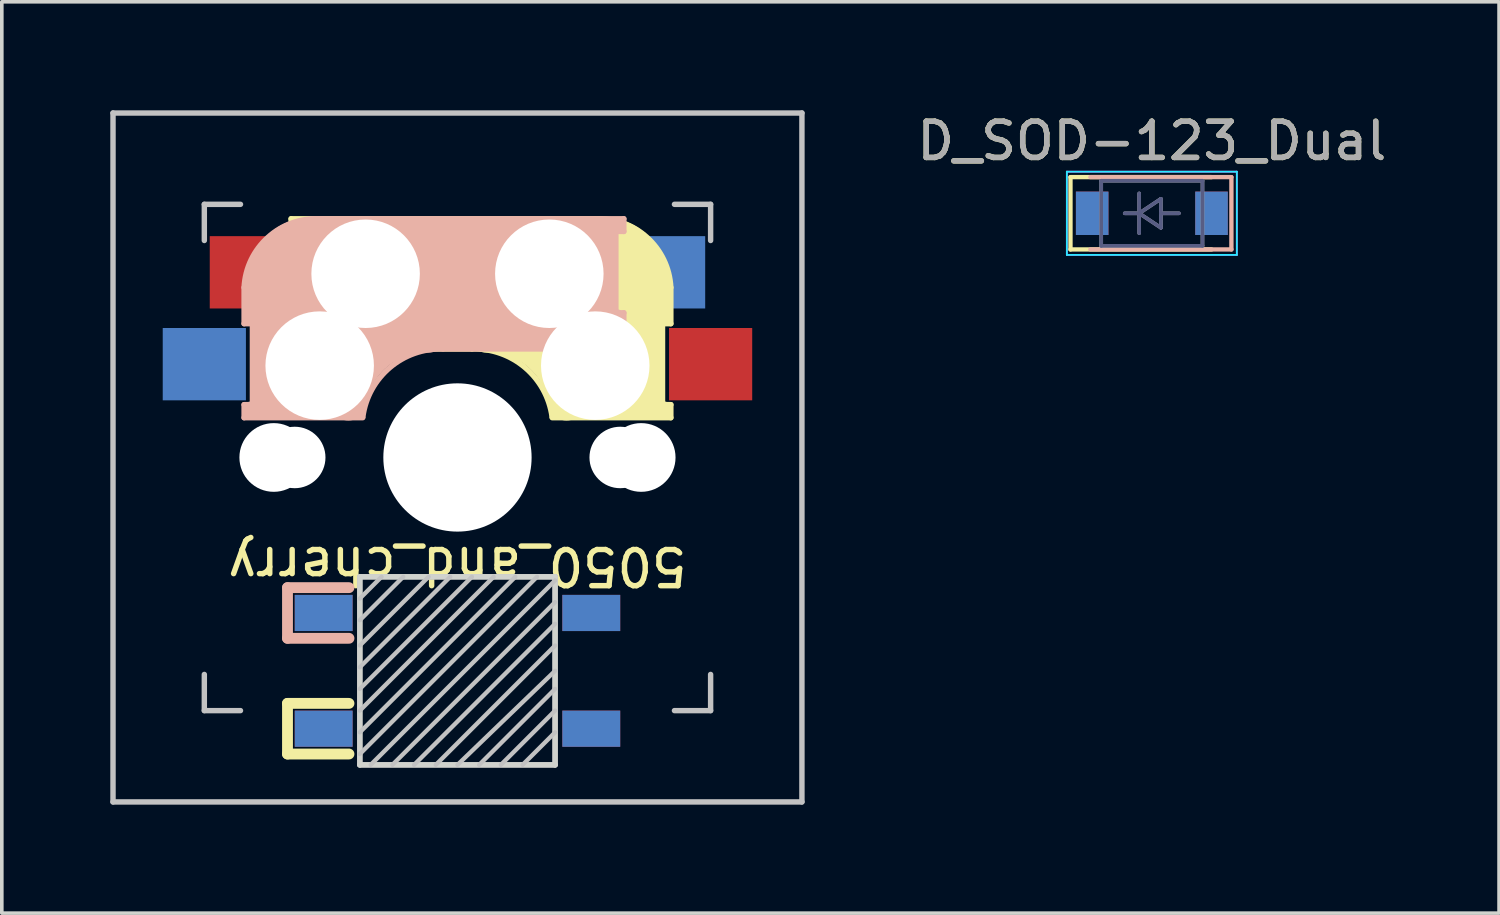
<source format=kicad_pcb>
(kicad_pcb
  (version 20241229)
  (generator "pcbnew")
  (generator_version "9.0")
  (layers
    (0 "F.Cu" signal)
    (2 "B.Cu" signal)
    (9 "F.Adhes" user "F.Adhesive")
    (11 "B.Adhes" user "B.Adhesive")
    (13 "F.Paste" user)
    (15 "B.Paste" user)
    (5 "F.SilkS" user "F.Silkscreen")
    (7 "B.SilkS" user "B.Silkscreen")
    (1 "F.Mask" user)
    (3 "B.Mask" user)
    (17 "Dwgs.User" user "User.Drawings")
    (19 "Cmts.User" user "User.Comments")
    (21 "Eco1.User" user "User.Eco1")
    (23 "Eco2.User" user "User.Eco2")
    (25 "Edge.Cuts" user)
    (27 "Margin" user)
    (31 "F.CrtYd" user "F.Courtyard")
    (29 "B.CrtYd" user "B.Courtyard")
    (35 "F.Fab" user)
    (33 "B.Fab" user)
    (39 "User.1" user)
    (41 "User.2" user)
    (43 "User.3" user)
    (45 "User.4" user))
  (footprint "D_SOD-123_Dual"
    (layer "F.Cu")
    (at 28.801 2.848)
    (property "Reference" "D_SOD-123_Dual" (at 0 -2 0) (layer "F.SilkS") (effects (font (size 1 1) (thickness 0.15))))
    (attr smd)
    (fp_line (start -2.25 -1) (end -2.25 1) (stroke (width 0.12) (type solid)) (layer "F.SilkS"))
    (fp_line (start -2.25 -1) (end 1.65 -1) (stroke (width 0.12) (type solid)) (layer "F.SilkS"))
    (fp_line (start -2.25 1) (end 1.65 1) (stroke (width 0.12) (type solid)) (layer "F.SilkS"))
    (fp_line (start 2.2 -1) (end -1.7 -1) (stroke (width 0.12) (type solid)) (layer "B.SilkS"))
    (fp_line (start 2.2 -1) (end 2.2 1) (stroke (width 0.12) (type solid)) (layer "B.SilkS"))
    (fp_line (start 2.2 1) (end -1.7 1) (stroke (width 0.12) (type solid)) (layer "B.SilkS"))
    (fp_line (start -2.35 1.15) (end -2.35 -1.15) (stroke (width 0.05) (type solid)) (layer "B.CrtYd"))
    (fp_line (start -2.35 1.15) (end 2.35 1.15) (stroke (width 0.05) (type solid)) (layer "B.CrtYd"))
    (fp_line (start 2.35 -1.15) (end -2.35 -1.15) (stroke (width 0.05) (type solid)) (layer "B.CrtYd"))
    (fp_line (start 2.35 1.15) (end 2.35 -1.15) (stroke (width 0.05) (type solid)) (layer "B.CrtYd"))
    (fp_line (start -2.35 -1.15) (end -2.35 1.15) (stroke (width 0.05) (type solid)) (layer "F.CrtYd"))
    (fp_line (start -2.35 -1.15) (end 2.35 -1.15) (stroke (width 0.05) (type solid)) (layer "F.CrtYd"))
    (fp_line (start 2.35 -1.15) (end 2.35 1.15) (stroke (width 0.05) (type solid)) (layer "F.CrtYd"))
    (fp_line (start 2.35 1.15) (end -2.35 1.15) (stroke (width 0.05) (type solid)) (layer "F.CrtYd"))
    (fp_line (start -1.4 -0.9) (end -1.4 0.9) (stroke (width 0.1) (type solid)) (layer "B.Fab"))
    (fp_line (start -1.4 0.9) (end 1.4 0.9) (stroke (width 0.1) (type solid)) (layer "B.Fab"))
    (fp_line (start -0.75 0) (end -0.35 0) (stroke (width 0.1) (type solid)) (layer "B.Fab"))
    (fp_line (start -0.35 0) (end -0.35 -0.55) (stroke (width 0.1) (type solid)) (layer "B.Fab"))
    (fp_line (start -0.35 0) (end -0.35 0.55) (stroke (width 0.1) (type solid)) (layer "B.Fab"))
    (fp_line (start -0.35 0) (end 0.25 0.4) (stroke (width 0.1) (type solid)) (layer "B.Fab"))
    (fp_line (start 0.25 -0.4) (end -0.35 0) (stroke (width 0.1) (type solid)) (layer "B.Fab"))
    (fp_line (start 0.25 0) (end 0.75 0) (stroke (width 0.1) (type solid)) (layer "B.Fab"))
    (fp_line (start 0.25 0.4) (end 0.25 -0.4) (stroke (width 0.1) (type solid)) (layer "B.Fab"))
    (fp_line (start 1.4 -0.9) (end -1.4 -0.9) (stroke (width 0.1) (type solid)) (layer "B.Fab"))
    (fp_line (start 1.4 0.9) (end 1.4 -0.9) (stroke (width 0.1) (type solid)) (layer "B.Fab"))
    (fp_line (start -1.4 -0.9) (end 1.4 -0.9) (stroke (width 0.1) (type solid)) (layer "F.Fab"))
    (fp_line (start -1.4 0.9) (end -1.4 -0.9) (stroke (width 0.1) (type solid)) (layer "F.Fab"))
    (fp_line (start -0.75 0) (end -0.35 0) (stroke (width 0.1) (type solid)) (layer "F.Fab"))
    (fp_line (start -0.35 0) (end -0.35 -0.55) (stroke (width 0.1) (type solid)) (layer "F.Fab"))
    (fp_line (start -0.35 0) (end -0.35 0.55) (stroke (width 0.1) (type solid)) (layer "F.Fab"))
    (fp_line (start -0.35 0) (end 0.25 -0.4) (stroke (width 0.1) (type solid)) (layer "F.Fab"))
    (fp_line (start 0.25 -0.4) (end 0.25 0.4) (stroke (width 0.1) (type solid)) (layer "F.Fab"))
    (fp_line (start 0.25 0) (end 0.75 0) (stroke (width 0.1) (type solid)) (layer "F.Fab"))
    (fp_line (start 0.25 0.4) (end -0.35 0) (stroke (width 0.1) (type solid)) (layer "F.Fab"))
    (fp_line (start 1.4 -0.9) (end 1.4 0.9) (stroke (width 0.1) (type solid)) (layer "F.Fab"))
    (fp_line (start 1.4 0.9) (end -1.4 0.9) (stroke (width 0.1) (type solid)) (layer "F.Fab"))
    (fp_text user "${REFERENCE}" (at 0 -2 0) (layer "F.Fab") (effects (font (size 1 1) (thickness 0.15))))
    (pad "1" smd rect (at -1.65 0) (size 0.9 1.2) (layers "F.Cu" "F.Mask" "F.Paste"))
    (pad "1" smd rect (at 1.65 0 180) (size 0.9 1.2) (layers "B.Cu" "B.Mask" "B.Paste"))
    (pad "2" smd rect (at -1.65 0 180) (size 0.9 1.2) (layers "B.Cu" "B.Mask" "B.Paste"))
    (pad "2" smd rect (at 1.65 0) (size 0.9 1.2) (layers "F.Cu" "F.Mask" "F.Paste")))
  (footprint "5050_and_cherry"
    (layer "F.Cu")
    (at 9.6 9.6)
    (property "Reference" "5050_and_cherry" (at 0 3 180) (unlocked yes) (layer "F.SilkS") (effects (font (size 1 1) (thickness 0.15))))
    (attr through_hole)
    (fp_line (start -4.7 6.8) (end -3 6.8) (stroke (width 0.3) (type solid)) (layer "F.SilkS"))
    (fp_line (start -4.7 8.2) (end -4.7 6.8) (stroke (width 0.3) (type solid)) (layer "F.SilkS"))
    (fp_line (start -4.6 -6.6) (end 3.8 -6.6) (stroke (width 0.15) (type solid)) (layer "F.SilkS"))
    (fp_line (start -4.6 -6.25) (end -4.6 -6.6) (stroke (width 0.15) (type solid)) (layer "F.SilkS"))
    (fp_line (start -4.6 -4) (end -4.4 -4) (stroke (width 0.15) (type solid)) (layer "F.SilkS"))
    (fp_line (start -4.6 -3) (end -4.6 -4) (stroke (width 0.15) (type solid)) (layer "F.SilkS"))
    (fp_line (start -4.4 -6.4) (end -3 -6.4) (stroke (width 0.4) (type solid)) (layer "F.SilkS"))
    (fp_line (start -4.4 -6.25) (end -4.6 -6.25) (stroke (width 0.15) (type solid)) (layer "F.SilkS"))
    (fp_line (start -4.4 -3.9) (end -4.4 -3.2) (stroke (width 0.4) (type solid)) (layer "F.SilkS"))
    (fp_line (start -4.38 -4) (end -4.38 -6.25) (stroke (width 0.15) (type solid)) (layer "F.SilkS"))
    (fp_line (start -4.3 -3.3) (end -2.9 -3.3) (stroke (width 0.5) (type solid)) (layer "F.SilkS"))
    (fp_line (start -3.9 -6) (end -3.9 -3.5) (stroke (width 1) (type solid)) (layer "F.SilkS"))
    (fp_line (start -3 8.2) (end -4.7 8.2) (stroke (width 0.3) (type solid)) (layer "F.SilkS"))
    (fp_line (start -2.6 -4.8) (end 4.1 -4.8) (stroke (width 3.5) (type solid)) (layer "F.SilkS"))
    (fp_line (start 0.4 -3) (end -4.6 -3) (stroke (width 0.15) (type solid)) (layer "F.SilkS"))
    (fp_line (start 4.17 -5.1) (end 4.17 -2.86) (stroke (width 3) (type solid)) (layer "F.SilkS"))
    (fp_line (start 5.3 -1.6) (end 5.3 -3.4) (stroke (width 0.8) (type solid)) (layer "F.SilkS"))
    (fp_line (start 5.67 -3.7) (end 5.67 -1.46) (stroke (width 0.15) (type solid)) (layer "F.SilkS"))
    (fp_line (start 5.7 -1.46) (end 5.9 -1.46) (stroke (width 0.15) (type solid)) (layer "F.SilkS"))
    (fp_line (start 5.7 -1.3) (end 3 -1.3) (stroke (width 0.5) (type solid)) (layer "F.SilkS"))
    (fp_line (start 5.8 -3.8) (end 5.8 -4.7) (stroke (width 0.3) (type solid)) (layer "F.SilkS"))
    (fp_line (start 5.9 -4.7) (end 5.9 -3.7) (stroke (width 0.15) (type solid)) (layer "F.SilkS"))
    (fp_line (start 5.9 -3.7) (end 5.7 -3.7) (stroke (width 0.15) (type solid)) (layer "F.SilkS"))
    (fp_line (start 5.9 -1.1) (end 2.62 -1.1) (stroke (width 0.15) (type solid)) (layer "F.SilkS"))
    (fp_line (start 5.9 -1.1) (end 5.9 -1.46) (stroke (width 0.15) (type solid)) (layer "F.SilkS"))
    (fp_arc (start 0.4 -3) (mid 1.868709 -2.486118) (end 2.616318 -1.121471) (stroke (width 0.15) (type solid)) (layer "F.SilkS"))
    (fp_arc (start 0.8 -3.4) (mid 2.268709 -2.886118) (end 3.016318 -1.521471) (stroke (width 1) (type solid)) (layer "F.SilkS"))
    (fp_arc (start 3.8 -6.600001) (mid 5.243504 -6.084925) (end 5.900001 -4.7) (stroke (width 0.15) (type solid)) (layer "F.SilkS"))
    (fp_line (start -5.9 -4.7) (end -5.9 -3.7) (stroke (width 0.15) (type solid)) (layer "B.SilkS"))
    (fp_line (start -5.9 -3.7) (end -5.7 -3.7) (stroke (width 0.15) (type solid)) (layer "B.SilkS"))
    (fp_line (start -5.9 -1.1) (end -5.9 -1.46) (stroke (width 0.15) (type solid)) (layer "B.SilkS"))
    (fp_line (start -5.9 -1.1) (end -2.62 -1.1) (stroke (width 0.15) (type solid)) (layer "B.SilkS"))
    (fp_line (start -5.8 -3.8) (end -5.8 -4.7) (stroke (width 0.3) (type solid)) (layer "B.SilkS"))
    (fp_line (start -5.7 -1.46) (end -5.9 -1.46) (stroke (width 0.15) (type solid)) (layer "B.SilkS"))
    (fp_line (start -5.7 -1.3) (end -3 -1.3) (stroke (width 0.5) (type solid)) (layer "B.SilkS"))
    (fp_line (start -5.67 -3.7) (end -5.67 -1.46) (stroke (width 0.15) (type solid)) (layer "B.SilkS"))
    (fp_line (start -5.3 -1.6) (end -5.3 -3.4) (stroke (width 0.8) (type solid)) (layer "B.SilkS"))
    (fp_line (start -4.7 3.6) (end -3 3.6) (stroke (width 0.3) (type solid)) (layer "B.SilkS"))
    (fp_line (start -4.7 5) (end -4.7 3.6) (stroke (width 0.3) (type solid)) (layer "B.SilkS"))
    (fp_line (start -4.17 -5.1) (end -4.17 -2.86) (stroke (width 3) (type solid)) (layer "B.SilkS"))
    (fp_line (start -3 5) (end -4.7 5) (stroke (width 0.3) (type solid)) (layer "B.SilkS"))
    (fp_line (start -0.4 -3) (end 4.6 -3) (stroke (width 0.15) (type solid)) (layer "B.SilkS"))
    (fp_line (start 2.6 -4.8) (end -4.1 -4.8) (stroke (width 3.5) (type solid)) (layer "B.SilkS"))
    (fp_line (start 3.9 -6) (end 3.9 -3.5) (stroke (width 1) (type solid)) (layer "B.SilkS"))
    (fp_line (start 4.3 -3.3) (end 2.9 -3.3) (stroke (width 0.5) (type solid)) (layer "B.SilkS"))
    (fp_line (start 4.38 -4) (end 4.38 -6.25) (stroke (width 0.15) (type solid)) (layer "B.SilkS"))
    (fp_line (start 4.4 -6.4) (end 3 -6.4) (stroke (width 0.4) (type solid)) (layer "B.SilkS"))
    (fp_line (start 4.4 -6.25) (end 4.6 -6.25) (stroke (width 0.15) (type solid)) (layer "B.SilkS"))
    (fp_line (start 4.4 -3.9) (end 4.4 -3.2) (stroke (width 0.4) (type solid)) (layer "B.SilkS"))
    (fp_line (start 4.6 -6.6) (end -3.8 -6.6) (stroke (width 0.15) (type solid)) (layer "B.SilkS"))
    (fp_line (start 4.6 -6.25) (end 4.6 -6.6) (stroke (width 0.15) (type solid)) (layer "B.SilkS"))
    (fp_line (start 4.6 -4) (end 4.4 -4) (stroke (width 0.15) (type solid)) (layer "B.SilkS"))
    (fp_line (start 4.6 -3) (end 4.6 -4) (stroke (width 0.15) (type solid)) (layer "B.SilkS"))
    (fp_arc (start -5.9 -4.699999) (mid -5.243504 -6.084924) (end -3.800001 -6.6) (stroke (width 0.15) (type solid)) (layer "B.SilkS"))
    (fp_arc (start -3.016318 -1.521471) (mid -2.268709 -2.886118) (end -0.8 -3.4) (stroke (width 1) (type solid)) (layer "B.SilkS"))
    (fp_arc (start -2.616318 -1.121471) (mid -1.868709 -2.486118) (end -0.4 -3) (stroke (width 0.15) (type solid)) (layer "B.SilkS"))
    (fp_line (start -9.525 -9.525) (end 9.525 -9.525) (stroke (width 0.15) (type solid)) (layer "Dwgs.User"))
    (fp_line (start -9.525 9.525) (end -9.525 -9.525) (stroke (width 0.15) (type solid)) (layer "Dwgs.User"))
    (fp_line (start -7 -7) (end -6 -7) (stroke (width 0.15) (type solid)) (layer "Dwgs.User"))
    (fp_line (start -7 -6) (end -7 -7) (stroke (width 0.15) (type solid)) (layer "Dwgs.User"))
    (fp_line (start -7 6) (end -7 7) (stroke (width 0.15) (type solid)) (layer "Dwgs.User"))
    (fp_line (start -7 7) (end -6 7) (stroke (width 0.15) (type solid)) (layer "Dwgs.User"))
    (fp_line (start -2.1 3.3) (end -2.7 3.9) (stroke (width 0.12) (type solid)) (layer "Dwgs.User"))
    (fp_line (start -1.5 3.3) (end -2.7 4.5) (stroke (width 0.12) (type solid)) (layer "Dwgs.User"))
    (fp_line (start -0.8 3.3) (end -2.7 5.2) (stroke (width 0.12) (type solid)) (layer "Dwgs.User"))
    (fp_line (start -0.2 3.3) (end -2.7 5.8) (stroke (width 0.12) (type solid)) (layer "Dwgs.User"))
    (fp_line (start 0.4 3.3) (end -2.7 6.4) (stroke (width 0.12) (type solid)) (layer "Dwgs.User"))
    (fp_line (start 1 3.3) (end -2.7 7) (stroke (width 0.12) (type solid)) (layer "Dwgs.User"))
    (fp_line (start 1.2 8.5) (end 2.7 7) (stroke (width 0.12) (type solid)) (layer "Dwgs.User"))
    (fp_line (start 1.6 3.3) (end -2.7 7.6) (stroke (width 0.12) (type solid)) (layer "Dwgs.User"))
    (fp_line (start 2.2 3.3) (end -2.7 8.2) (stroke (width 0.12) (type solid)) (layer "Dwgs.User"))
    (fp_line (start 2.7 3.4) (end -2.4 8.5) (stroke (width 0.12) (type solid)) (layer "Dwgs.User"))
    (fp_line (start 2.7 4) (end -1.8 8.5) (stroke (width 0.12) (type solid)) (layer "Dwgs.User"))
    (fp_line (start 2.7 4.6) (end -1.2 8.5) (stroke (width 0.12) (type solid)) (layer "Dwgs.User"))
    (fp_line (start 2.7 5.2) (end -0.6 8.5) (stroke (width 0.12) (type solid)) (layer "Dwgs.User"))
    (fp_line (start 2.7 5.9) (end 0 8.5) (stroke (width 0.12) (type solid)) (layer "Dwgs.User"))
    (fp_line (start 2.7 6.4) (end 0.6 8.5) (stroke (width 0.12) (type solid)) (layer "Dwgs.User"))
    (fp_line (start 2.7 7.6) (end 1.8 8.5) (stroke (width 0.12) (type solid)) (layer "Dwgs.User"))
    (fp_line (start 6 7) (end 7 7) (stroke (width 0.15) (type solid)) (layer "Dwgs.User"))
    (fp_line (start 7 -7) (end 6 -7) (stroke (width 0.15) (type solid)) (layer "Dwgs.User"))
    (fp_line (start 7 -7) (end 7 -6) (stroke (width 0.15) (type solid)) (layer "Dwgs.User"))
    (fp_line (start 7 7) (end 7 6) (stroke (width 0.15) (type solid)) (layer "Dwgs.User"))
    (fp_line (start 9.525 -9.525) (end 9.525 9.525) (stroke (width 0.15) (type solid)) (layer "Dwgs.User"))
    (fp_line (start 9.525 9.525) (end -9.525 9.525) (stroke (width 0.15) (type solid)) (layer "Dwgs.User"))
    (fp_line (start -2.7 3.3) (end -2.7 8.5) (stroke (width 0.15) (type solid)) (layer "Edge.Cuts"))
    (fp_line (start -2.7 3.3) (end 2.7 3.3) (stroke (width 0.15) (type solid)) (layer "Edge.Cuts"))
    (fp_line (start 2.7 3.3) (end 2.7 8.5) (stroke (width 0.15) (type solid)) (layer "Edge.Cuts"))
    (fp_line (start 2.7 8.5) (end -2.7 8.5) (stroke (width 0.15) (type solid)) (layer "Edge.Cuts"))
    (fp_line (start -2.7 3.3) (end -2.7 8.5) (stroke (width 0.15) (type solid)) (layer "F.Fab"))
    (fp_line (start -2.7 3.3) (end 2.7 3.3) (stroke (width 0.15) (type solid)) (layer "F.Fab"))
    (fp_line (start 2.7 3.3) (end 2.7 8.5) (stroke (width 0.15) (type solid)) (layer "F.Fab"))
    (fp_line (start 2.7 8.5) (end -2.7 8.5) (stroke (width 0.15) (type solid)) (layer "F.Fab"))
    (pad "" np_thru_hole circle (at -5.08 0) (size 1.9 1.9) (drill 1.9) (layers "*.Cu" "*.Mask"))
    (pad "" np_thru_hole circle (at -4.5 0) (size 1.7 1.7) (drill 1.7) (layers "*.Cu" "*.Mask"))
    (pad "" np_thru_hole circle (at -3.81 -2.54 180) (size 3 3) (drill 3) (layers "*.Cu" "*.Mask"))
    (pad "" np_thru_hole circle (at -2.54 -5.08 180) (size 3 3) (drill 3) (layers "*.Cu" "*.Mask"))
    (pad "" np_thru_hole circle (at 0 0 90) (size 4.1 4.1) (drill 4.1) (layers "*.Cu" "*.Mask"))
    (pad "" np_thru_hole circle (at 2.54 -5.08 180) (size 3 3) (drill 3) (layers "*.Cu" "*.Mask"))
    (pad "" np_thru_hole circle (at 3.81 -2.54 180) (size 3 3) (drill 3) (layers "*.Cu" "*.Mask"))
    (pad "" np_thru_hole circle (at 4.5 0) (size 1.7 1.7) (drill 1.7) (layers "*.Cu" "*.Mask"))
    (pad "" np_thru_hole circle (at 5.08 0) (size 1.9 1.9) (drill 1.9) (layers "*.Cu" "*.Mask"))
    (pad "1" smd rect (at -3.7 4.3) (size 1.6 1) (layers "B.Cu" "B.Mask" "B.Paste"))
    (pad "1" smd rect (at -3.7 7.5) (size 1.6 1) (layers "F.Cu" "F.Mask" "F.Paste"))
    (pad "2" smd rect (at -3.7 4.3) (size 1.6 1) (layers "F.Cu" "F.Mask" "F.Paste"))
    (pad "2" smd rect (at -3.7 7.5) (size 1.6 1) (layers "B.Cu" "B.Mask" "B.Paste"))
    (pad "3" smd rect (at 3.7 4.3) (size 1.6 1) (layers "F.Cu" "F.Mask" "F.Paste"))
    (pad "3" smd rect (at 3.7 7.5) (size 1.6 1) (layers "B.Cu" "B.Mask" "B.Paste"))
    (pad "4" smd rect (at 3.7 4.3) (size 1.6 1) (layers "B.Cu" "B.Mask" "B.Paste"))
    (pad "4" smd rect (at 3.7 7.5) (size 1.6 1) (layers "F.Cu" "F.Mask" "F.Paste"))
    (pad "5" smd rect (at -7 -2.58 180) (size 2.3 2) (layers "B.Cu" "B.Mask" "B.Paste"))
    (pad "5" smd rect (at 7 -2.58 180) (size 2.3 2) (layers "F.Cu" "F.Mask" "F.Paste"))
    (pad "6" smd rect (at -5.7 -5.12 180) (size 2.3 2) (layers "F.Cu" "F.Mask" "F.Paste"))
    (pad "6" smd rect (at 5.7 -5.12 180) (size 2.3 2) (layers "B.Cu" "B.Mask" "B.Paste")))
  (gr_rect
    (start -3 -3)
    (end 38.402 22.2)
    (stroke (width 0.1) (type default))
    (fill no)
    (layer "Edge.Cuts")))
</source>
